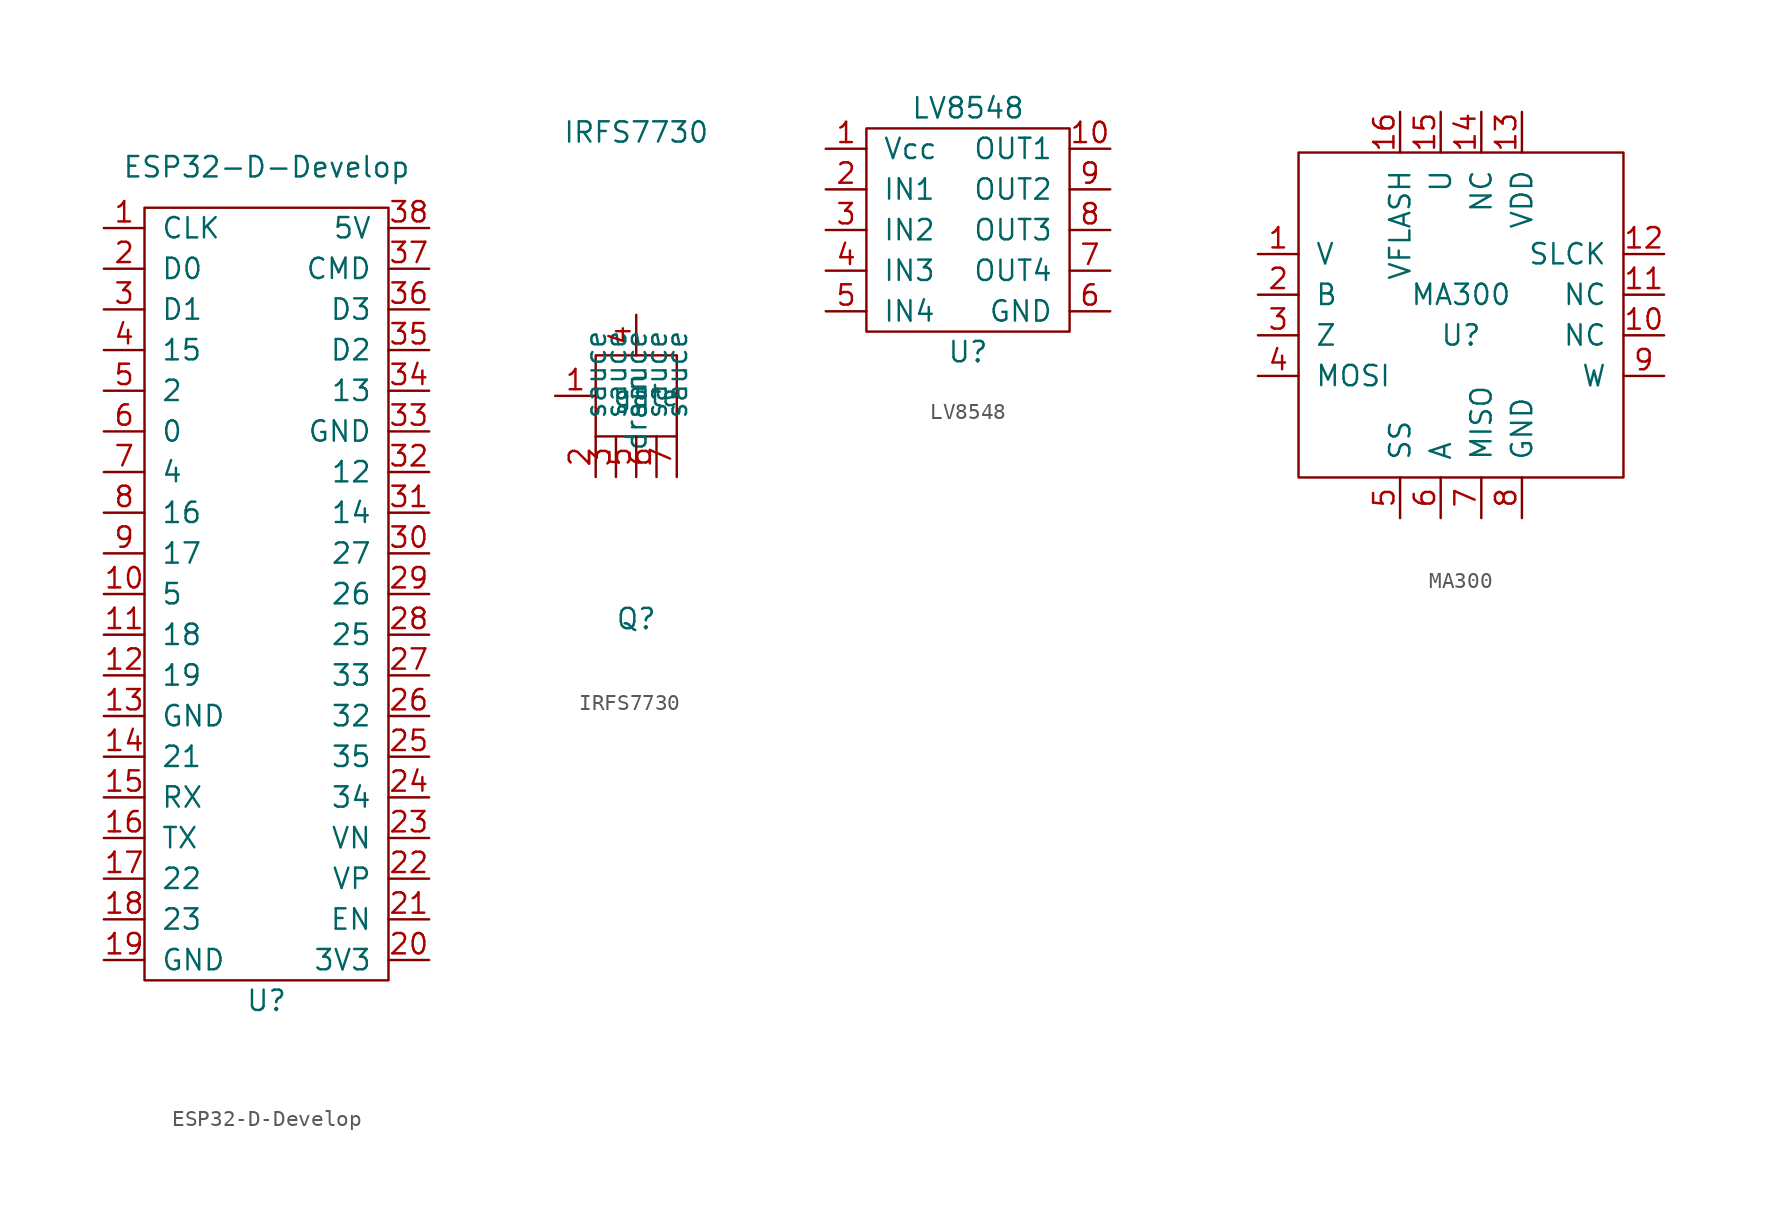
<source format=kicad_sym>
(kicad_symbol_lib
  (version 20211014)
  (generator kicad_symbol_editor)
  (symbol "ESP32-D-Develop"
    (pin_names
      (offset 1.016))
    (property "Reference" "U"
      (at 0 -26.67 0)
      (effects (font (size 1.27 1.27))))
    (property "Value" "ESP32-D-Develop"
      (at 0 25.4 0)
      (effects (font (size 1.27 1.27))))
    (symbol "ESP32-D-Develop_0_1"
      (rectangle (start -7.62 22.86) (end 7.62 -25.4) (stroke (width 0) (type default) (color 0 0 0 0)) (fill (type none))))
    (symbol "ESP32-D-Develop_1_1"
      (pin input line (at -10.16 21.59 0) (length 2.54) (name "CLK" (effects (font (size 1.27 1.27)))) (number "1" (effects (font (size 1.27 1.27)))))
      (pin input line (at -10.16 -1.27 0) (length 2.54) (name "5" (effects (font (size 1.27 1.27)))) (number "10" (effects (font (size 1.27 1.27)))))
      (pin input line (at -10.16 -3.81 0) (length 2.54) (name "18" (effects (font (size 1.27 1.27)))) (number "11" (effects (font (size 1.27 1.27)))))
      (pin input line (at -10.16 -6.35 0) (length 2.54) (name "19" (effects (font (size 1.27 1.27)))) (number "12" (effects (font (size 1.27 1.27)))))
      (pin input line (at -10.16 -8.89 0) (length 2.54) (name "GND" (effects (font (size 1.27 1.27)))) (number "13" (effects (font (size 1.27 1.27)))))
      (pin input line (at -10.16 -11.43 0) (length 2.54) (name "21" (effects (font (size 1.27 1.27)))) (number "14" (effects (font (size 1.27 1.27)))))
      (pin input line (at -10.16 -13.97 0) (length 2.54) (name "RX" (effects (font (size 1.27 1.27)))) (number "15" (effects (font (size 1.27 1.27)))))
      (pin input line (at -10.16 -16.51 0) (length 2.54) (name "TX" (effects (font (size 1.27 1.27)))) (number "16" (effects (font (size 1.27 1.27)))))
      (pin input line (at -10.16 -19.05 0) (length 2.54) (name "22" (effects (font (size 1.27 1.27)))) (number "17" (effects (font (size 1.27 1.27)))))
      (pin input line (at -10.16 -21.59 0) (length 2.54) (name "23" (effects (font (size 1.27 1.27)))) (number "18" (effects (font (size 1.27 1.27)))))
      (pin input line (at -10.16 -24.13 0) (length 2.54) (name "GND" (effects (font (size 1.27 1.27)))) (number "19" (effects (font (size 1.27 1.27)))))
      (pin input line (at -10.16 19.05 0) (length 2.54) (name "D0" (effects (font (size 1.27 1.27)))) (number "2" (effects (font (size 1.27 1.27)))))
      (pin input line (at 10.16 -24.13 180) (length 2.54) (name "3V3" (effects (font (size 1.27 1.27)))) (number "20" (effects (font (size 1.27 1.27)))))
      (pin input line (at 10.16 -21.59 180) (length 2.54) (name "EN" (effects (font (size 1.27 1.27)))) (number "21" (effects (font (size 1.27 1.27)))))
      (pin input line (at 10.16 -19.05 180) (length 2.54) (name "VP" (effects (font (size 1.27 1.27)))) (number "22" (effects (font (size 1.27 1.27)))))
      (pin input line (at 10.16 -16.51 180) (length 2.54) (name "VN" (effects (font (size 1.27 1.27)))) (number "23" (effects (font (size 1.27 1.27)))))
      (pin input line (at 10.16 -13.97 180) (length 2.54) (name "34" (effects (font (size 1.27 1.27)))) (number "24" (effects (font (size 1.27 1.27)))))
      (pin input line (at 10.16 -11.43 180) (length 2.54) (name "35" (effects (font (size 1.27 1.27)))) (number "25" (effects (font (size 1.27 1.27)))))
      (pin input line (at 10.16 -8.89 180) (length 2.54) (name "32" (effects (font (size 1.27 1.27)))) (number "26" (effects (font (size 1.27 1.27)))))
      (pin input line (at 10.16 -6.35 180) (length 2.54) (name "33" (effects (font (size 1.27 1.27)))) (number "27" (effects (font (size 1.27 1.27)))))
      (pin input line (at 10.16 -3.81 180) (length 2.54) (name "25" (effects (font (size 1.27 1.27)))) (number "28" (effects (font (size 1.27 1.27)))))
      (pin input line (at 10.16 -1.27 180) (length 2.54) (name "26" (effects (font (size 1.27 1.27)))) (number "29" (effects (font (size 1.27 1.27)))))
      (pin input line (at -10.16 16.51 0) (length 2.54) (name "D1" (effects (font (size 1.27 1.27)))) (number "3" (effects (font (size 1.27 1.27)))))
      (pin input line (at 10.16 1.27 180) (length 2.54) (name "27" (effects (font (size 1.27 1.27)))) (number "30" (effects (font (size 1.27 1.27)))))
      (pin input line (at 10.16 3.81 180) (length 2.54) (name "14" (effects (font (size 1.27 1.27)))) (number "31" (effects (font (size 1.27 1.27)))))
      (pin input line (at 10.16 6.35 180) (length 2.54) (name "12" (effects (font (size 1.27 1.27)))) (number "32" (effects (font (size 1.27 1.27)))))
      (pin input line (at 10.16 8.89 180) (length 2.54) (name "GND" (effects (font (size 1.27 1.27)))) (number "33" (effects (font (size 1.27 1.27)))))
      (pin input line (at 10.16 11.43 180) (length 2.54) (name "13" (effects (font (size 1.27 1.27)))) (number "34" (effects (font (size 1.27 1.27)))))
      (pin input line (at 10.16 13.97 180) (length 2.54) (name "D2" (effects (font (size 1.27 1.27)))) (number "35" (effects (font (size 1.27 1.27)))))
      (pin input line (at 10.16 16.51 180) (length 2.54) (name "D3" (effects (font (size 1.27 1.27)))) (number "36" (effects (font (size 1.27 1.27)))))
      (pin input line (at 10.16 19.05 180) (length 2.54) (name "CMD" (effects (font (size 1.27 1.27)))) (number "37" (effects (font (size 1.27 1.27)))))
      (pin input line (at 10.16 21.59 180) (length 2.54) (name "5V" (effects (font (size 1.27 1.27)))) (number "38" (effects (font (size 1.27 1.27)))))
      (pin input line (at -10.16 13.97 0) (length 2.54) (name "15" (effects (font (size 1.27 1.27)))) (number "4" (effects (font (size 1.27 1.27)))))
      (pin input line (at -10.16 11.43 0) (length 2.54) (name "2" (effects (font (size 1.27 1.27)))) (number "5" (effects (font (size 1.27 1.27)))))
      (pin input line (at -10.16 8.89 0) (length 2.54) (name "0" (effects (font (size 1.27 1.27)))) (number "6" (effects (font (size 1.27 1.27)))))
      (pin input line (at -10.16 6.35 0) (length 2.54) (name "4" (effects (font (size 1.27 1.27)))) (number "7" (effects (font (size 1.27 1.27)))))
      (pin input line (at -10.16 3.81 0) (length 2.54) (name "16" (effects (font (size 1.27 1.27)))) (number "8" (effects (font (size 1.27 1.27)))))
      (pin input line (at -10.16 1.27 0) (length 2.54) (name "17" (effects (font (size 1.27 1.27)))) (number "9" (effects (font (size 1.27 1.27)))))))
  (symbol "IRFS7730"
    (pin_names
      (offset 1.016))
    (property "Reference" "Q"
      (at 0 -13.97 0)
      (effects (font (size 1.27 1.27))))
    (property "Value" "IRFS7730"
      (at 0 16.51 0)
      (effects (font (size 1.27 1.27))))
    (symbol "IRFS7730_0_1"
      (rectangle (start -2.54 2.54) (end 2.54 -2.54) (stroke (width 0) (type default) (color 0 0 0 0)) (fill (type none))))
    (symbol "IRFS7730_1_1"
      (pin input line (at -5.08 0 0) (length 2.54) (name "gate" (effects (font (size 1.27 1.27)))) (number "1" (effects (font (size 1.27 1.27)))))
      (pin input line (at -2.54 -5.08 90) (length 2.54) (name "sauce" (effects (font (size 1.27 1.27)))) (number "2" (effects (font (size 1.27 1.27)))))
      (pin input line (at -1.27 -5.08 90) (length 2.54) (name "sauce" (effects (font (size 1.27 1.27)))) (number "3" (effects (font (size 1.27 1.27)))))
      (pin input line (at 0 5.08 270) (length 2.54) (name "drain" (effects (font (size 1.27 1.27)))) (number "4" (effects (font (size 1.27 1.27)))))
      (pin input line (at 0 -5.08 90) (length 2.54) (name "sauce" (effects (font (size 1.27 1.27)))) (number "5" (effects (font (size 1.27 1.27)))))
      (pin input line (at 1.27 -5.08 90) (length 2.54) (name "sauce" (effects (font (size 1.27 1.27)))) (number "6" (effects (font (size 1.27 1.27)))))
      (pin input line (at 2.54 -5.08 90) (length 2.54) (name "sauce" (effects (font (size 1.27 1.27)))) (number "7" (effects (font (size 1.27 1.27)))))))
  (symbol "LV8548"
    (pin_names
      (offset 1.016))
    (property "Reference" "U"
      (at 0 -6.35 0)
      (effects (font (size 1.27 1.27))))
    (property "Value" "LV8548"
      (at 0 8.89 0)
      (effects (font (size 1.27 1.27))))
    (symbol "LV8548_0_1"
      (rectangle (start -6.35 7.62) (end 6.35 -5.08) (stroke (width 0) (type default) (color 0 0 0 0)) (fill (type none))))
    (symbol "LV8548_1_1"
      (pin input line (at -8.89 6.35 0) (length 2.54) (name "Vcc" (effects (font (size 1.27 1.27)))) (number "1" (effects (font (size 1.27 1.27)))))
      (pin input line (at 8.89 6.35 180) (length 2.54) (name "OUT1" (effects (font (size 1.27 1.27)))) (number "10" (effects (font (size 1.27 1.27)))))
      (pin input line (at -8.89 3.81 0) (length 2.54) (name "IN1" (effects (font (size 1.27 1.27)))) (number "2" (effects (font (size 1.27 1.27)))))
      (pin input line (at -8.89 1.27 0) (length 2.54) (name "IN2" (effects (font (size 1.27 1.27)))) (number "3" (effects (font (size 1.27 1.27)))))
      (pin input line (at -8.89 -1.27 0) (length 2.54) (name "IN3" (effects (font (size 1.27 1.27)))) (number "4" (effects (font (size 1.27 1.27)))))
      (pin input line (at -8.89 -3.81 0) (length 2.54) (name "IN4" (effects (font (size 1.27 1.27)))) (number "5" (effects (font (size 1.27 1.27)))))
      (pin input line (at 8.89 -3.81 180) (length 2.54) (name "GND" (effects (font (size 1.27 1.27)))) (number "6" (effects (font (size 1.27 1.27)))))
      (pin input line (at 8.89 -1.27 180) (length 2.54) (name "OUT4" (effects (font (size 1.27 1.27)))) (number "7" (effects (font (size 1.27 1.27)))))
      (pin input line (at 8.89 1.27 180) (length 2.54) (name "OUT3" (effects (font (size 1.27 1.27)))) (number "8" (effects (font (size 1.27 1.27)))))
      (pin input line (at 8.89 3.81 180) (length 2.54) (name "OUT2" (effects (font (size 1.27 1.27)))) (number "9" (effects (font (size 1.27 1.27)))))))
  (symbol "MA300"
    (pin_names
      (offset 1.016))
    (property "Reference" "U"
      (at 0 -1.27 0)
      (effects (font (size 1.27 1.27))))
    (property "Value" "MA300"
      (at 0 1.27 0)
      (effects (font (size 1.27 1.27))))
    (symbol "MA300_0_1"
      (rectangle (start 10.16 10.16) (end -10.16 -10.16) (stroke (width 0) (type default) (color 0 0 0 0)) (fill (type none))))
    (symbol "MA300_1_1"
      (pin input line (at -12.7 3.81 0) (length 2.54) (name "V" (effects (font (size 1.27 1.27)))) (number "1" (effects (font (size 1.27 1.27)))))
      (pin input line (at 12.7 -1.27 180) (length 2.54) (name "NC" (effects (font (size 1.27 1.27)))) (number "10" (effects (font (size 1.27 1.27)))))
      (pin input line (at 12.7 1.27 180) (length 2.54) (name "NC" (effects (font (size 1.27 1.27)))) (number "11" (effects (font (size 1.27 1.27)))))
      (pin input line (at 12.7 3.81 180) (length 2.54) (name "SLCK" (effects (font (size 1.27 1.27)))) (number "12" (effects (font (size 1.27 1.27)))))
      (pin input line (at 3.81 12.7 270) (length 2.54) (name "VDD" (effects (font (size 1.27 1.27)))) (number "13" (effects (font (size 1.27 1.27)))))
      (pin input line (at 1.27 12.7 270) (length 2.54) (name "NC" (effects (font (size 1.27 1.27)))) (number "14" (effects (font (size 1.27 1.27)))))
      (pin input line (at -1.27 12.7 270) (length 2.54) (name "U" (effects (font (size 1.27 1.27)))) (number "15" (effects (font (size 1.27 1.27)))))
      (pin input line (at -3.81 12.7 270) (length 2.54) (name "VFLASH" (effects (font (size 1.27 1.27)))) (number "16" (effects (font (size 1.27 1.27)))))
      (pin input line (at -12.7 1.27 0) (length 2.54) (name "B" (effects (font (size 1.27 1.27)))) (number "2" (effects (font (size 1.27 1.27)))))
      (pin input line (at -12.7 -1.27 0) (length 2.54) (name "Z" (effects (font (size 1.27 1.27)))) (number "3" (effects (font (size 1.27 1.27)))))
      (pin input line (at -12.7 -3.81 0) (length 2.54) (name "MOSI" (effects (font (size 1.27 1.27)))) (number "4" (effects (font (size 1.27 1.27)))))
      (pin input line (at -3.81 -12.7 90) (length 2.54) (name "SS" (effects (font (size 1.27 1.27)))) (number "5" (effects (font (size 1.27 1.27)))))
      (pin input line (at -1.27 -12.7 90) (length 2.54) (name "A" (effects (font (size 1.27 1.27)))) (number "6" (effects (font (size 1.27 1.27)))))
      (pin input line (at 1.27 -12.7 90) (length 2.54) (name "MISO" (effects (font (size 1.27 1.27)))) (number "7" (effects (font (size 1.27 1.27)))))
      (pin input line (at 3.81 -12.7 90) (length 2.54) (name "GND" (effects (font (size 1.27 1.27)))) (number "8" (effects (font (size 1.27 1.27)))))
      (pin input line (at 12.7 -3.81 180) (length 2.54) (name "W" (effects (font (size 1.27 1.27)))) (number "9" (effects (font (size 1.27 1.27))))))))
</source>
